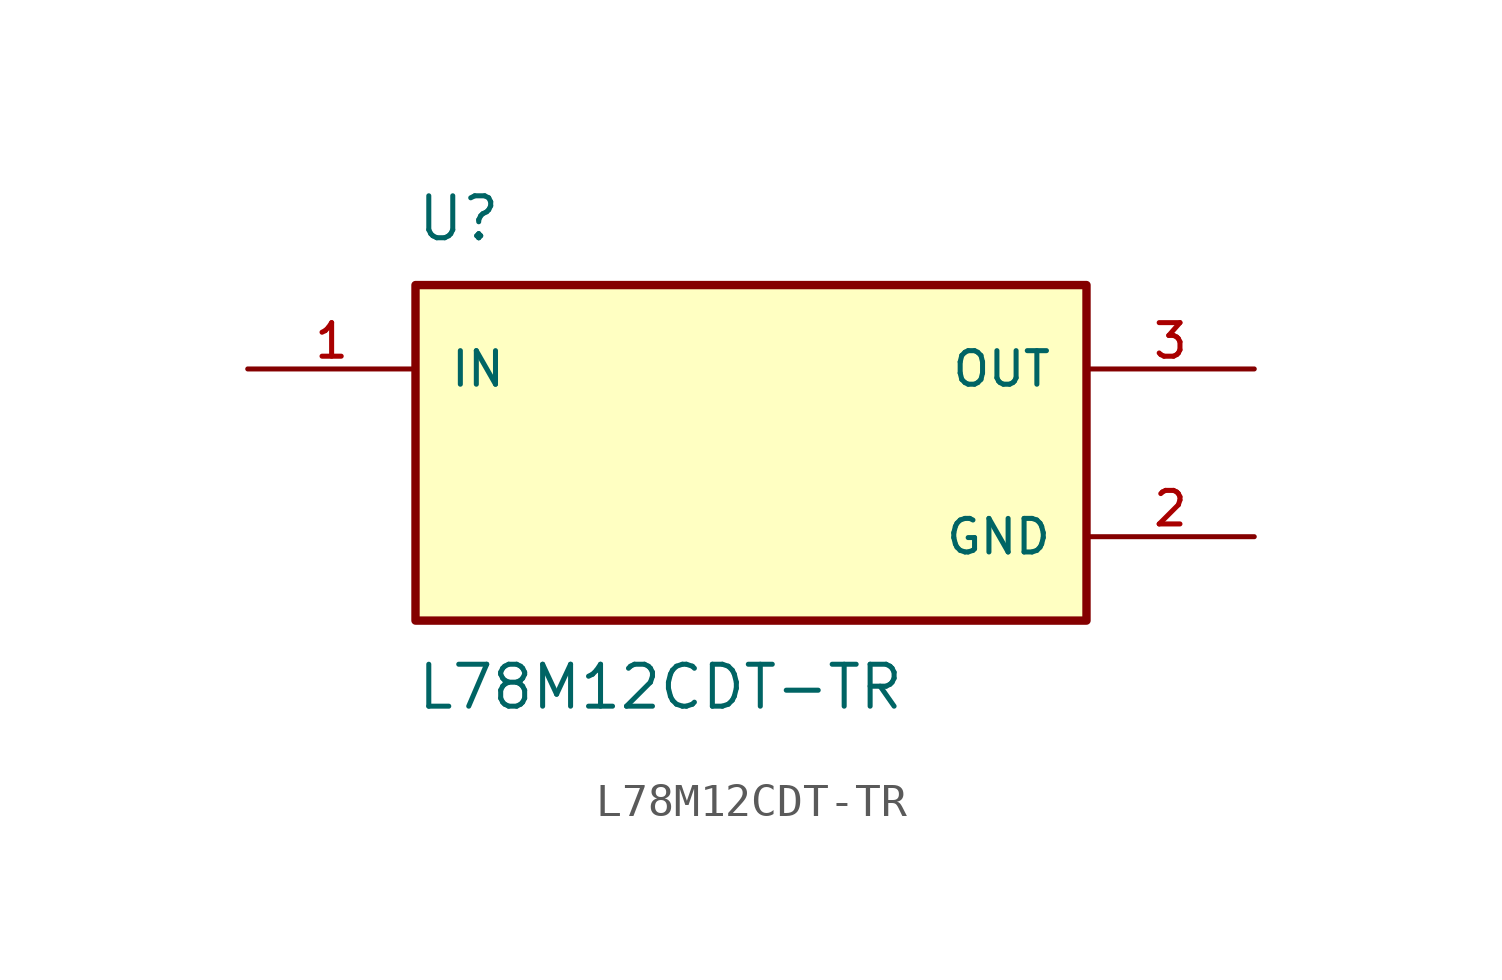
<source format=kicad_sym>
(kicad_symbol_lib
  (version 20211014)
  (generator kicad_symbol_editor)
  (symbol "L78M12CDT-TR"
    (pin_names
      (offset 1.016))
    (property "Reference" "U"
      (at -10.16 6.35 0.0)
      (effects (font (size 1.27 1.27)) (justify bottom left)))
    (property "Value" "L78M12CDT-TR"
      (at -10.16 -6.35 0.0)
      (effects (font (size 1.27 1.27)) (justify top left)))
    (symbol "L78M12CDT-TR_0_0"
      (rectangle (start -10.16 -5.08) (end 10.16 5.08) (stroke (width 0.254)) (fill (type background)))
      (pin input line (at -15.24 2.54 0) (length 5.08) (name "IN" (effects (font (size 1.016 1.016)))) (number "1" (effects (font (size 1.016 1.016)))))
      (pin power_in line (at 15.24 -2.54 180.0) (length 5.08) (name "GND" (effects (font (size 1.016 1.016)))) (number "2" (effects (font (size 1.016 1.016)))))
      (pin output line (at 15.24 2.54 180.0) (length 5.08) (name "OUT" (effects (font (size 1.016 1.016)))) (number "3" (effects (font (size 1.016 1.016))))))))
</source>
